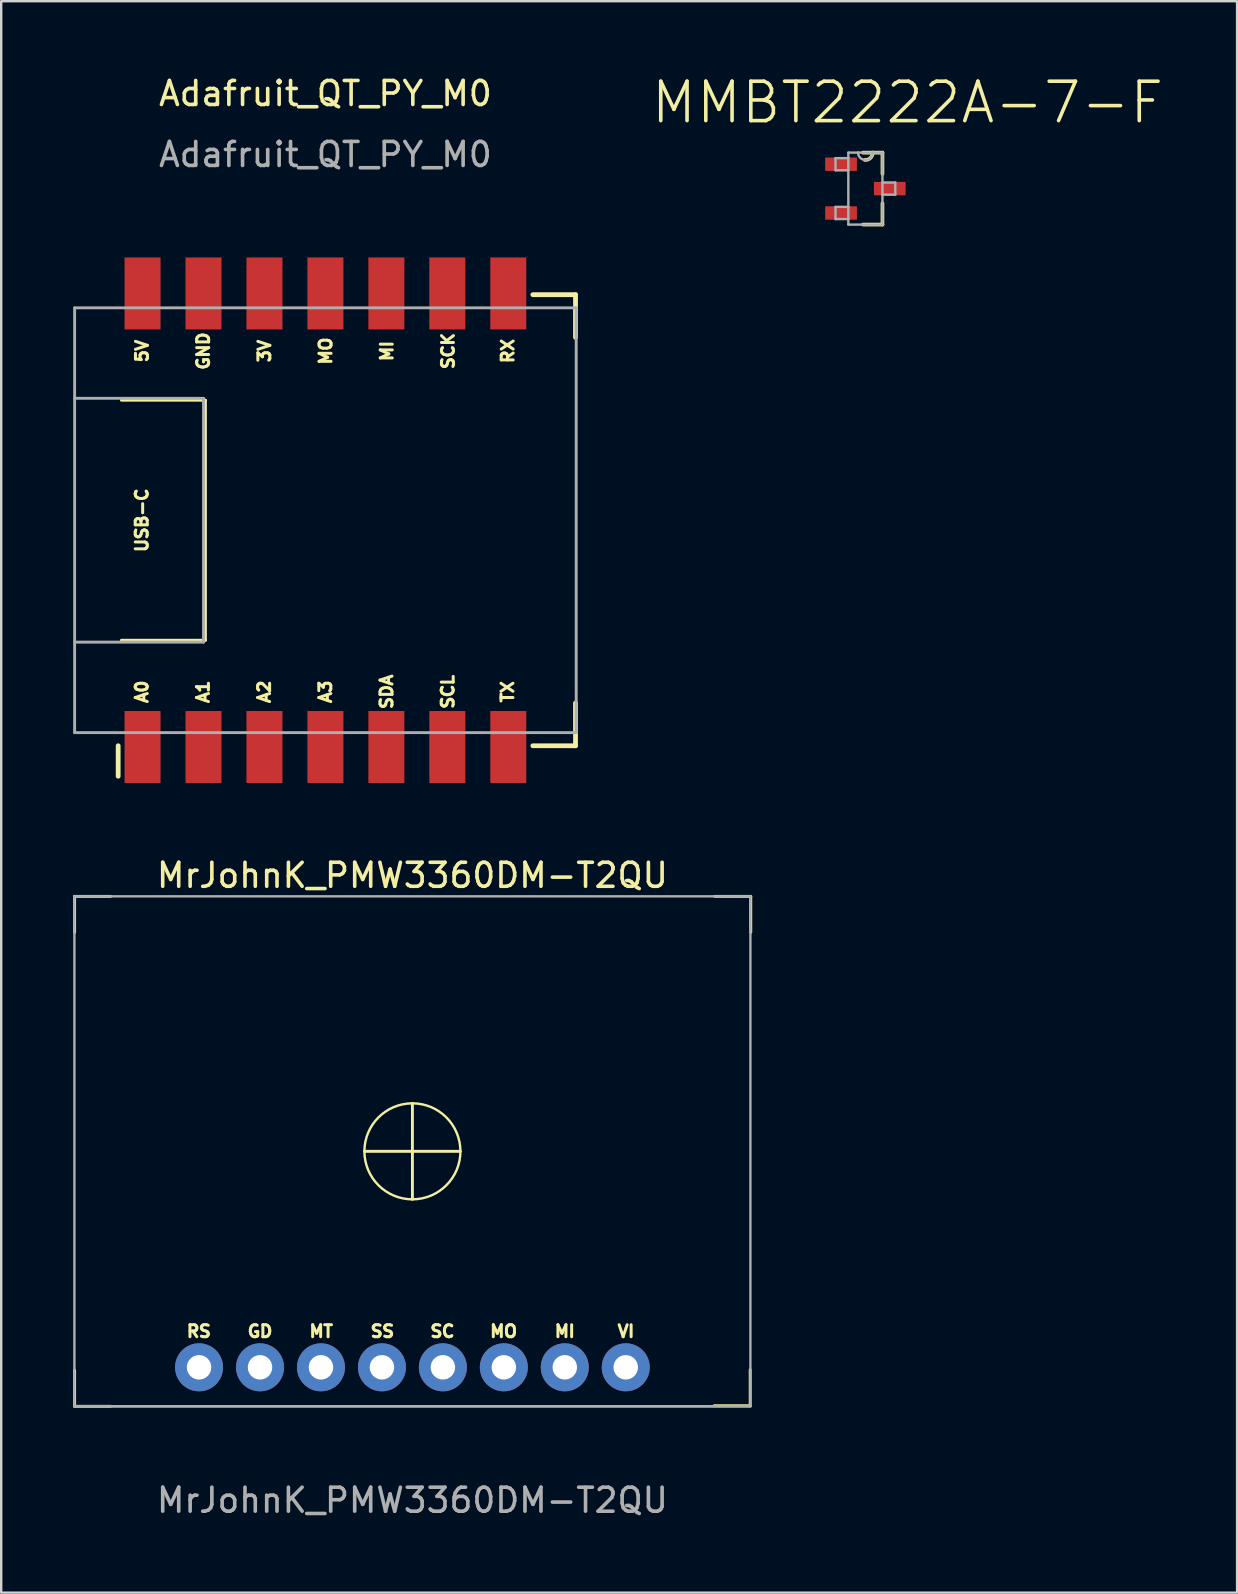
<source format=kicad_pcb>
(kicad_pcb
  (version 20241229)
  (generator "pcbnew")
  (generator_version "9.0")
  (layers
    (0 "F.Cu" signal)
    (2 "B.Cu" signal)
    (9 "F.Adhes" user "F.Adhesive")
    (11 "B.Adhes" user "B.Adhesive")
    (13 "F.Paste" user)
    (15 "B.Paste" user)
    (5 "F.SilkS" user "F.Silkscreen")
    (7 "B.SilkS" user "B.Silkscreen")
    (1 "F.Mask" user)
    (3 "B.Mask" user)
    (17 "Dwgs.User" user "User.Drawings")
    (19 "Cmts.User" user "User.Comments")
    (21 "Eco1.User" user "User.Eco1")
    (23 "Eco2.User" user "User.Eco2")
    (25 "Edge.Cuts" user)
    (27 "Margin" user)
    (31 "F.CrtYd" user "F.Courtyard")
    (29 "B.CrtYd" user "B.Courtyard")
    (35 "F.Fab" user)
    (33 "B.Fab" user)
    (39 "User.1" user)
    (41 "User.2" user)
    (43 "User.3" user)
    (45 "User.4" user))
  (footprint "Adafruit_QT_PY_M0"
    (layer "F.Cu")
    (at 10.51 18.628)
    (property "Reference" "Adafruit_QT_PY_M0" (at 0 -17.78 0) (unlocked yes) (layer "F.SilkS") (effects (font (size 1 1) (thickness 0.15))))
    (attr smd)
    (fp_line (start -8.636 9.398) (end -8.636 10.668) (stroke (width 0.2) (type solid)) (layer "F.SilkS"))
    (fp_line (start -8.5 -5) (end -5 -5) (stroke (width 0.12) (type solid)) (layer "F.SilkS"))
    (fp_line (start -5 -5) (end -5 5) (stroke (width 0.12) (type solid)) (layer "F.SilkS"))
    (fp_line (start -5 5) (end -8.5 5) (stroke (width 0.12) (type solid)) (layer "F.SilkS"))
    (fp_line (start 8.644 -9.398) (end 10.422 -9.398) (stroke (width 0.2) (type solid)) (layer "F.SilkS"))
    (fp_line (start 10.422 -9.398) (end 10.422 -7.62) (stroke (width 0.2) (type solid)) (layer "F.SilkS"))
    (fp_line (start 10.422 7.62) (end 10.422 9.398) (stroke (width 0.2) (type solid)) (layer "F.SilkS"))
    (fp_line (start 10.422 9.398) (end 8.644 9.398) (stroke (width 0.2) (type solid)) (layer "F.SilkS"))
    (fp_line (start -10.45 -8.85) (end -10.45 8.85) (stroke (width 0.12) (type solid)) (layer "F.Fab"))
    (fp_line (start -10.45 -8.85) (end 10.45 -8.85) (stroke (width 0.12) (type solid)) (layer "F.Fab"))
    (fp_line (start -10.45 8.85) (end 10.45 8.85) (stroke (width 0.12) (type solid)) (layer "F.Fab"))
    (fp_line (start -5.08 -5.08) (end -10.45 -5.08) (stroke (width 0.12) (type solid)) (layer "F.Fab"))
    (fp_line (start -5.08 -5.08) (end -5.08 5.08) (stroke (width 0.12) (type solid)) (layer "F.Fab"))
    (fp_line (start -5.08 5.08) (end -10.45 5.08) (stroke (width 0.12) (type solid)) (layer "F.Fab"))
    (fp_line (start 10.45 -8.85) (end 10.45 8.85) (stroke (width 0.12) (type solid)) (layer "F.Fab"))
    (fp_text user "USB-C" (at -7.65 0 90) (unlocked yes) (layer "F.SilkS") (effects (font (size 0.5 0.5) (thickness 0.125))))
    (fp_text user "SDA" (at 2.55 7.15 90) (unlocked yes) (layer "F.SilkS") (effects (font (size 0.5 0.5) (thickness 0.125))))
    (fp_text user "A0" (at -7.65 7.15 90) (unlocked yes) (layer "F.SilkS") (effects (font (size 0.5 0.5) (thickness 0.125))))
    (fp_text user "GND" (at -5.09 -7.05 90) (unlocked yes) (layer "F.SilkS") (effects (font (size 0.5 0.5) (thickness 0.125))))
    (fp_text user "A2" (at -2.55 7.15 90) (unlocked yes) (layer "F.SilkS") (effects (font (size 0.5 0.5) (thickness 0.125))))
    (fp_text user "A3" (at 0 7.15 90) (unlocked yes) (layer "F.SilkS") (effects (font (size 0.5 0.5) (thickness 0.125))))
    (fp_text user "MI" (at 2.56 -7.05 90) (unlocked yes) (layer "F.SilkS") (effects (font (size 0.5 0.5) (thickness 0.125))))
    (fp_text user "3V" (at -2.54 -7.05 90) (unlocked yes) (layer "F.SilkS") (effects (font (size 0.5 0.5) (thickness 0.125))))
    (fp_text user "5V" (at -7.64 -7.05 90) (unlocked yes) (layer "F.SilkS") (effects (font (size 0.5 0.5) (thickness 0.125))))
    (fp_text user "A1" (at -5.1 7.15 90) (unlocked yes) (layer "F.SilkS") (effects (font (size 0.5 0.5) (thickness 0.125))))
    (fp_text user "TX" (at 7.59 7.15 90) (unlocked yes) (layer "F.SilkS") (effects (font (size 0.5 0.5) (thickness 0.125))))
    (fp_text user "SCK" (at 5.11 -7.05 90) (unlocked yes) (layer "F.SilkS") (effects (font (size 0.5 0.5) (thickness 0.125))))
    (fp_text user "SCL" (at 5.1 7.15 90) (unlocked yes) (layer "F.SilkS") (effects (font (size 0.5 0.5) (thickness 0.125))))
    (fp_text user "MO" (at 0.01 -7.05 90) (unlocked yes) (layer "F.SilkS") (effects (font (size 0.5 0.5) (thickness 0.125))))
    (fp_text user "RX" (at 7.6 -7.05 90) (unlocked yes) (layer "F.SilkS") (effects (font (size 0.5 0.5) (thickness 0.125))))
    (fp_text user "${REFERENCE}" (at 0 -15.24 0) (unlocked yes) (layer "F.Fab") (effects (font (size 1 1) (thickness 0.15))))
    (pad "1" smd rect (at -7.62 9.45) (size 1.5 3) (layers "F.Cu" "F.Mask" "F.Paste"))
    (pad "2" smd rect (at -5.08 9.45) (size 1.5 3) (layers "F.Cu" "F.Mask" "F.Paste"))
    (pad "3" smd rect (at -2.54 9.45) (size 1.5 3) (layers "F.Cu" "F.Mask" "F.Paste"))
    (pad "4" smd rect (at 0 9.45) (size 1.5 3) (layers "F.Cu" "F.Mask" "F.Paste"))
    (pad "5" smd rect (at 2.54 9.45) (size 1.5 3) (layers "F.Cu" "F.Mask" "F.Paste"))
    (pad "6" smd rect (at 5.08 9.45) (size 1.5 3) (layers "F.Cu" "F.Mask" "F.Paste"))
    (pad "7" smd rect (at 7.62 9.45) (size 1.5 3) (layers "F.Cu" "F.Mask" "F.Paste"))
    (pad "8" smd rect (at -7.62 -9.45) (size 1.5 3) (layers "F.Cu" "F.Mask" "F.Paste"))
    (pad "9" smd rect (at -5.08 -9.45) (size 1.5 3) (layers "F.Cu" "F.Mask" "F.Paste"))
    (pad "10" smd rect (at -2.54 -9.45) (size 1.5 3) (layers "F.Cu" "F.Mask" "F.Paste"))
    (pad "11" smd rect (at 0 -9.45) (size 1.5 3) (layers "F.Cu" "F.Mask" "F.Paste"))
    (pad "12" smd rect (at 2.54 -9.45) (size 1.5 3) (layers "F.Cu" "F.Mask" "F.Paste"))
    (pad "13" smd rect (at 5.08 -9.45) (size 1.5 3) (layers "F.Cu" "F.Mask" "F.Paste"))
    (pad "14" smd rect (at 7.62 -9.45) (size 1.5 3) (layers "F.Cu" "F.Mask" "F.Paste")))
  (footprint "MrJohnK_PMW3360DM-T2QU"
    (layer "F.Cu")
    (at 14.135 44.926)
    (property "Reference" "MrJohnK_PMW3360DM-T2QU" (at 0 -11.5 0) (unlocked yes) (layer "F.SilkS") (effects (font (size 1 1) (thickness 0.15))))
    (attr through_hole)
    (fp_line (start -14.075 -10.625) (end -14.075 -9.125) (stroke (width 0.12) (type solid)) (layer "F.SilkS"))
    (fp_line (start -14.075 10.625) (end -14.075 9.125) (stroke (width 0.12) (type solid)) (layer "F.SilkS"))
    (fp_line (start -12.575 -10.625) (end -14.075 -10.625) (stroke (width 0.12) (type solid)) (layer "F.SilkS"))
    (fp_line (start -12.575 10.625) (end -14.075 10.625) (stroke (width 0.12) (type solid)) (layer "F.SilkS"))
    (fp_line (start 0 -2) (end 0 2) (stroke (width 0.12) (type solid)) (layer "F.SilkS"))
    (fp_line (start 2 0) (end -2 0) (stroke (width 0.12) (type solid)) (layer "F.SilkS"))
    (fp_line (start 12.575 10.6) (end 14.075 10.6) (stroke (width 0.12) (type solid)) (layer "F.SilkS"))
    (fp_line (start 12.6 -10.625) (end 14.1 -10.625) (stroke (width 0.12) (type solid)) (layer "F.SilkS"))
    (fp_line (start 14.075 10.6) (end 14.075 9.1) (stroke (width 0.12) (type solid)) (layer "F.SilkS"))
    (fp_line (start 14.1 -10.625) (end 14.1 -9.125) (stroke (width 0.12) (type solid)) (layer "F.SilkS"))
    (fp_circle (center 0 0) (end 2 0) (stroke (width 0.1) (type solid)) (fill no) (layer "F.SilkS"))
    (fp_line (start -14.085 -10.625) (end -14.085 10.625) (stroke (width 0.1) (type solid)) (layer "F.Fab"))
    (fp_line (start -14.085 10.625) (end 14.085 10.625) (stroke (width 0.1) (type solid)) (layer "F.Fab"))
    (fp_line (start -14.085 10.625) (end 14.085 10.625) (stroke (width 0.1) (type solid)) (layer "F.Fab"))
    (fp_line (start 14.085 -10.625) (end -14.085 -10.625) (stroke (width 0.1) (type solid)) (layer "F.Fab"))
    (fp_line (start 14.085 -10.625) (end 14.085 10.625) (stroke (width 0.1) (type solid)) (layer "F.Fab"))
    (fp_text user "MT" (at -3.8 7.5 0) (unlocked yes) (layer "F.SilkS") (effects (font (size 0.5 0.5) (thickness 0.125))))
    (fp_text user "MO" (at 3.8 7.5 0) (unlocked yes) (layer "F.SilkS") (effects (font (size 0.5 0.5) (thickness 0.125))))
    (fp_text user "SS" (at -1.25 7.5 0) (unlocked yes) (layer "F.SilkS") (effects (font (size 0.5 0.5) (thickness 0.125))))
    (fp_text user "GD" (at -6.35 7.5 0) (unlocked yes) (layer "F.SilkS") (effects (font (size 0.5 0.5) (thickness 0.125))))
    (fp_text user "MI" (at 6.35 7.5 0) (unlocked yes) (layer "F.SilkS") (effects (font (size 0.5 0.5) (thickness 0.125))))
    (fp_text user "SC" (at 1.25 7.5 0) (unlocked yes) (layer "F.SilkS") (effects (font (size 0.5 0.5) (thickness 0.125))))
    (fp_text user "RS" (at -8.9 7.5 0) (unlocked yes) (layer "F.SilkS") (effects (font (size 0.5 0.5) (thickness 0.125))))
    (fp_text user "VI" (at 8.9 7.5 0) (unlocked yes) (layer "F.SilkS") (effects (font (size 0.5 0.5) (thickness 0.125))))
    (fp_text user "${REFERENCE}" (at 0 14.54 0) (unlocked yes) (layer "F.Fab") (effects (font (size 1 1) (thickness 0.15))))
    (pad "1" thru_hole circle (at -8.89 9) (size 2 2) (drill 1.02) (layers "*.Cu" "*.Mask"))
    (pad "2" thru_hole circle (at -6.35 9) (size 2 2) (drill 1.02) (layers "*.Cu" "*.Mask"))
    (pad "3" thru_hole circle (at -3.81 9) (size 2 2) (drill 1.02) (layers "*.Cu" "*.Mask"))
    (pad "4" thru_hole circle (at -1.27 9) (size 2 2) (drill 1.02) (layers "*.Cu" "*.Mask"))
    (pad "5" thru_hole circle (at 1.27 9) (size 2 2) (drill 1.02) (layers "*.Cu" "*.Mask"))
    (pad "6" thru_hole circle (at 3.81 9) (size 2 2) (drill 1.02) (layers "*.Cu" "*.Mask"))
    (pad "7" thru_hole circle (at 6.35 9) (size 2 2) (drill 1.02) (layers "*.Cu" "*.Mask"))
    (pad "8" thru_hole circle (at 8.89 9) (size 2 2) (drill 1.02) (layers "*.Cu" "*.Mask")))
  (footprint "MMBT2222A-7-F"
    (layer "F.Cu")
    (at 33.011 4.809)
    (property "Reference" "MMBT2222A-7-F" (at 1.755 -3.586 0) (layer "F.SilkS") (effects (font (size 1.642 1.642) (thickness 0.15))))
    (attr through_hole)
    (fp_line (start -0.102 1.499) (end 0.711 1.499) (stroke (width 0.152) (type solid)) (layer "F.SilkS"))
    (fp_line (start 0.305 -1.499) (end -0.102 -1.499) (stroke (width 0.152) (type solid)) (layer "F.SilkS"))
    (fp_line (start 0.711 -1.499) (end 0.305 -1.499) (stroke (width 0.152) (type solid)) (layer "F.SilkS"))
    (fp_line (start 0.711 -0.61) (end 0.711 -1.499) (stroke (width 0.152) (type solid)) (layer "F.SilkS"))
    (fp_line (start 0.711 1.499) (end 0.711 0.61) (stroke (width 0.152) (type solid)) (layer "F.SilkS"))
    (fp_arc (start 0.3048 -1.4986) (mid 0.206758 -1.273554) (end -0.0254 -1.1938) (stroke (width 0.1524) (type solid)) (layer "F.SilkS"))
    (fp_line (start -1.245 -1.27) (end -1.245 -0.762) (stroke (width 0.1) (type solid)) (layer "F.Fab"))
    (fp_line (start -1.245 -0.762) (end -0.711 -0.762) (stroke (width 0.1) (type solid)) (layer "F.Fab"))
    (fp_line (start -1.245 0.762) (end -1.245 1.27) (stroke (width 0.1) (type solid)) (layer "F.Fab"))
    (fp_line (start -1.245 1.27) (end -0.711 1.27) (stroke (width 0.1) (type solid)) (layer "F.Fab"))
    (fp_line (start -0.711 -1.499) (end -0.711 -1.27) (stroke (width 0.1) (type solid)) (layer "F.Fab"))
    (fp_line (start -0.711 -1.27) (end -1.245 -1.27) (stroke (width 0.1) (type solid)) (layer "F.Fab"))
    (fp_line (start -0.711 -1.27) (end -0.711 -0.762) (stroke (width 0.1) (type solid)) (layer "F.Fab"))
    (fp_line (start -0.711 -0.762) (end -0.711 0.762) (stroke (width 0.1) (type solid)) (layer "F.Fab"))
    (fp_line (start -0.711 0.762) (end -1.245 0.762) (stroke (width 0.1) (type solid)) (layer "F.Fab"))
    (fp_line (start -0.711 1.27) (end -0.711 0.762) (stroke (width 0.1) (type solid)) (layer "F.Fab"))
    (fp_line (start -0.711 1.499) (end -0.711 1.27) (stroke (width 0.1) (type solid)) (layer "F.Fab"))
    (fp_line (start -0.711 1.499) (end 0.711 1.499) (stroke (width 0.1) (type solid)) (layer "F.Fab"))
    (fp_line (start -0.305 -1.499) (end -0.711 -1.499) (stroke (width 0.1) (type solid)) (layer "F.Fab"))
    (fp_line (start 0.305 -1.499) (end -0.305 -1.499) (stroke (width 0.1) (type solid)) (layer "F.Fab"))
    (fp_line (start 0.711 -1.499) (end 0.305 -1.499) (stroke (width 0.1) (type solid)) (layer "F.Fab"))
    (fp_line (start 0.711 -0.254) (end 0.711 -1.499) (stroke (width 0.1) (type solid)) (layer "F.Fab"))
    (fp_line (start 0.711 0.254) (end 0.711 -0.254) (stroke (width 0.1) (type solid)) (layer "F.Fab"))
    (fp_line (start 0.711 0.254) (end 1.245 0.254) (stroke (width 0.1) (type solid)) (layer "F.Fab"))
    (fp_line (start 0.711 1.499) (end 0.711 0.254) (stroke (width 0.1) (type solid)) (layer "F.Fab"))
    (fp_line (start 1.245 -0.254) (end 0.711 -0.254) (stroke (width 0.1) (type solid)) (layer "F.Fab"))
    (fp_line (start 1.245 0.254) (end 1.245 -0.254) (stroke (width 0.1) (type solid)) (layer "F.Fab"))
    (fp_arc (start 0.3048 -1.4986) (mid 0 -1.1938) (end -0.3048 -1.4986) (stroke (width 0.1) (type solid)) (layer "F.Fab"))
    (pad "1" smd rect (at -1.016 -1.016) (size 1.321 0.559) (layers "F.Cu" "F.Mask" "F.Paste"))
    (pad "2" smd rect (at -1.016 1.016) (size 1.321 0.559) (layers "F.Cu" "F.Mask" "F.Paste"))
    (pad "3" smd rect (at 1.016 0) (size 1.321 0.559) (layers "F.Cu" "F.Mask" "F.Paste")))
  (gr_rect
    (start -3 -3)
    (end 48.499 63.315)
    (stroke (width 0.1) (type default))
    (fill no)
    (layer "Edge.Cuts")))
</source>
